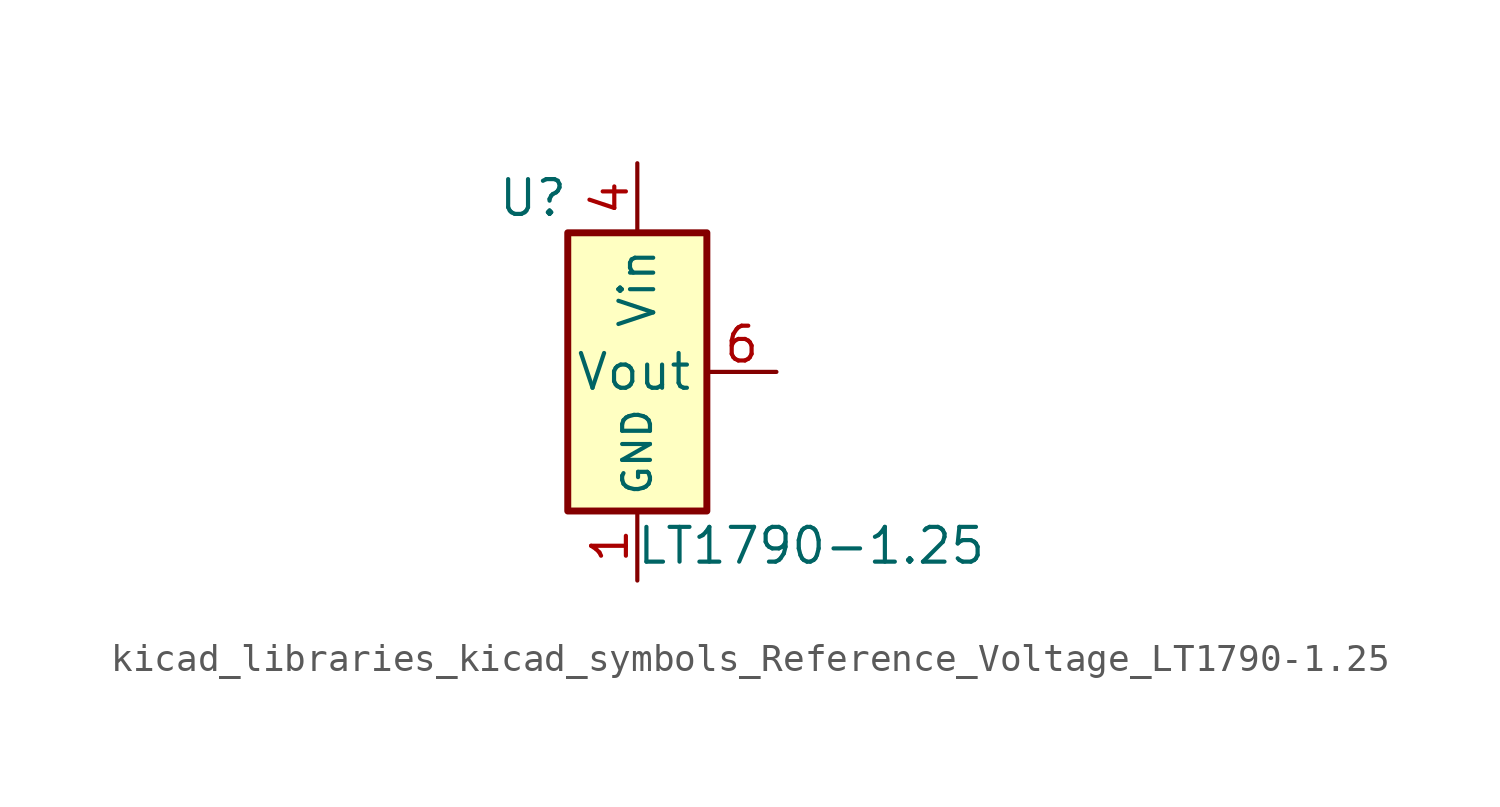
<source format=kicad_sym>
(kicad_symbol_lib
  (version 20220914)
  (generator kicad_symbol_editor)
  (symbol "kicad_libraries_kicad_symbols_Reference_Voltage_LT1790-1.25"
    (property "Reference" "U"
      (at -3.81 6.35 0)
      (effects (font (size 1.27 1.27))))
    (property "Value" "LT1790-1.25"
      (at 6.35 -6.35 0)
      (effects (font (size 1.27 1.27))))
    (symbol "kicad_libraries_kicad_symbols_Reference_Voltage_LT1790-1.25_0_1"
      (rectangle (start 2.54 5.08) (end -2.54 -5.08) (stroke (width 0.254) (type default)) (fill (type background))))
    (symbol "kicad_libraries_kicad_symbols_Reference_Voltage_LT1790-1.25_1_1"
      (pin power_in line (at 0 -7.62 90) (length 2.54) (name "GND" (effects (font (size 1.016 1.016)))) (number "1" (effects (font (size 1.27 1.27)))))
      (pin passive line (at 0 -7.62 90) (length 2.54) hide (name "GND" (effects (font (size 1.016 1.016)))) (number "2" (effects (font (size 1.27 1.27)))))
      (pin power_in line (at 0 7.62 270) (length 2.54) (name "Vin" (effects (font (size 1.27 1.27)))) (number "4" (effects (font (size 1.27 1.27)))))
      (pin output line (at 5.08 0 180) (length 2.54) (name "Vout" (effects (font (size 1.27 1.27)))) (number "6" (effects (font (size 1.27 1.27))))))))
</source>
